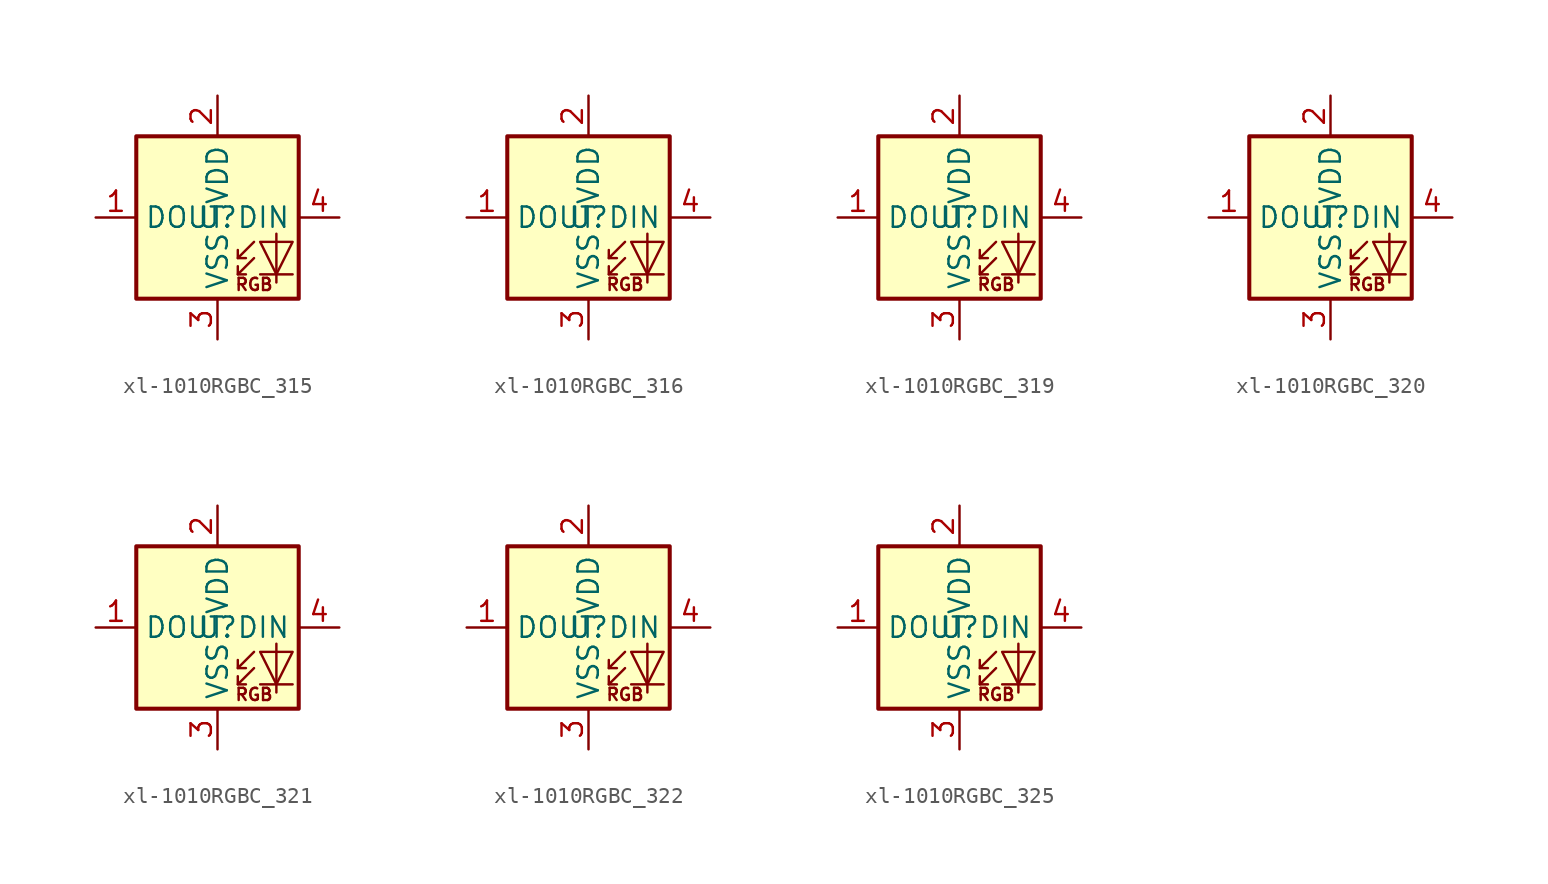
<source format=kicad_sym>
(kicad_symbol_lib
  (version 20231120)
  (generator "kicad_symbol_editor")
  (generator_version "8.0")
  (symbol "xl-1010RGBC_315"
    (property "Reference" "U"
      (at 0 0 0)
      (effects (font (size 1.27 1.27))))
    (property "Value" ""
      (at 0 0 0)
      (effects (font (size 1.27 1.27))))
    (symbol "xl-1010RGBC_315_0_0"
      (text "RGB" (at 2.286 -4.191 0) (effects (font (size 0.762 0.762)))))
    (symbol "xl-1010RGBC_315_0_1"
      (polyline (pts (xy 1.27 -3.556) (xy 1.778 -3.556)) (stroke (width 0) (type default)) (fill (type none)))
      (polyline (pts (xy 1.27 -2.54) (xy 1.778 -2.54)) (stroke (width 0) (type default)) (fill (type none)))
      (polyline (pts (xy 4.699 -3.556) (xy 2.667 -3.556)) (stroke (width 0) (type default)) (fill (type none)))
      (polyline (pts (xy 2.286 -2.54) (xy 1.27 -3.556) (xy 1.27 -3.048)) (stroke (width 0) (type default)) (fill (type none)))
      (polyline (pts (xy 2.286 -1.524) (xy 1.27 -2.54) (xy 1.27 -2.032)) (stroke (width 0) (type default)) (fill (type none)))
      (polyline (pts (xy 3.683 -1.016) (xy 3.683 -3.556) (xy 3.683 -4.064)) (stroke (width 0) (type default)) (fill (type none)))
      (polyline (pts (xy 4.699 -1.524) (xy 2.667 -1.524) (xy 3.683 -3.556) (xy 4.699 -1.524)) (stroke (width 0) (type default)) (fill (type none)))
      (rectangle (start 5.08 5.08) (end -5.08 -5.08) (stroke (width 0.254) (type default)) (fill (type background))))
    (symbol "xl-1010RGBC_315_1_1"
      (pin output line (at -7.62 0 0) (length 2.54) (name "DOUT" (effects (font (size 1.27 1.27)))) (number "1" (effects (font (size 1.27 1.27)))))
      (pin power_in line (at 0 7.62 270) (length 2.54) (name "VDD" (effects (font (size 1.27 1.27)))) (number "2" (effects (font (size 1.27 1.27)))))
      (pin power_in line (at 0 -7.62 90) (length 2.54) (name "VSS" (effects (font (size 1.27 1.27)))) (number "3" (effects (font (size 1.27 1.27)))))
      (pin input line (at 7.62 0 180) (length 2.54) (name "DIN" (effects (font (size 1.27 1.27)))) (number "4" (effects (font (size 1.27 1.27)))))))
  (symbol "xl-1010RGBC_316"
    (property "Reference" "U"
      (at 0 0 0)
      (effects (font (size 1.27 1.27))))
    (property "Value" ""
      (at 0 0 0)
      (effects (font (size 1.27 1.27))))
    (symbol "xl-1010RGBC_316_0_0"
      (text "RGB" (at 2.286 -4.191 0) (effects (font (size 0.762 0.762)))))
    (symbol "xl-1010RGBC_316_0_1"
      (polyline (pts (xy 1.27 -3.556) (xy 1.778 -3.556)) (stroke (width 0) (type default)) (fill (type none)))
      (polyline (pts (xy 1.27 -2.54) (xy 1.778 -2.54)) (stroke (width 0) (type default)) (fill (type none)))
      (polyline (pts (xy 4.699 -3.556) (xy 2.667 -3.556)) (stroke (width 0) (type default)) (fill (type none)))
      (polyline (pts (xy 2.286 -2.54) (xy 1.27 -3.556) (xy 1.27 -3.048)) (stroke (width 0) (type default)) (fill (type none)))
      (polyline (pts (xy 2.286 -1.524) (xy 1.27 -2.54) (xy 1.27 -2.032)) (stroke (width 0) (type default)) (fill (type none)))
      (polyline (pts (xy 3.683 -1.016) (xy 3.683 -3.556) (xy 3.683 -4.064)) (stroke (width 0) (type default)) (fill (type none)))
      (polyline (pts (xy 4.699 -1.524) (xy 2.667 -1.524) (xy 3.683 -3.556) (xy 4.699 -1.524)) (stroke (width 0) (type default)) (fill (type none)))
      (rectangle (start 5.08 5.08) (end -5.08 -5.08) (stroke (width 0.254) (type default)) (fill (type background))))
    (symbol "xl-1010RGBC_316_1_1"
      (pin output line (at -7.62 0 0) (length 2.54) (name "DOUT" (effects (font (size 1.27 1.27)))) (number "1" (effects (font (size 1.27 1.27)))))
      (pin power_in line (at 0 7.62 270) (length 2.54) (name "VDD" (effects (font (size 1.27 1.27)))) (number "2" (effects (font (size 1.27 1.27)))))
      (pin power_in line (at 0 -7.62 90) (length 2.54) (name "VSS" (effects (font (size 1.27 1.27)))) (number "3" (effects (font (size 1.27 1.27)))))
      (pin input line (at 7.62 0 180) (length 2.54) (name "DIN" (effects (font (size 1.27 1.27)))) (number "4" (effects (font (size 1.27 1.27)))))))
  (symbol "xl-1010RGBC_319"
    (property "Reference" "U"
      (at 0 0 0)
      (effects (font (size 1.27 1.27))))
    (property "Value" ""
      (at 0 0 0)
      (effects (font (size 1.27 1.27))))
    (symbol "xl-1010RGBC_319_0_0"
      (text "RGB" (at 2.286 -4.191 0) (effects (font (size 0.762 0.762)))))
    (symbol "xl-1010RGBC_319_0_1"
      (polyline (pts (xy 1.27 -3.556) (xy 1.778 -3.556)) (stroke (width 0) (type default)) (fill (type none)))
      (polyline (pts (xy 1.27 -2.54) (xy 1.778 -2.54)) (stroke (width 0) (type default)) (fill (type none)))
      (polyline (pts (xy 4.699 -3.556) (xy 2.667 -3.556)) (stroke (width 0) (type default)) (fill (type none)))
      (polyline (pts (xy 2.286 -2.54) (xy 1.27 -3.556) (xy 1.27 -3.048)) (stroke (width 0) (type default)) (fill (type none)))
      (polyline (pts (xy 2.286 -1.524) (xy 1.27 -2.54) (xy 1.27 -2.032)) (stroke (width 0) (type default)) (fill (type none)))
      (polyline (pts (xy 3.683 -1.016) (xy 3.683 -3.556) (xy 3.683 -4.064)) (stroke (width 0) (type default)) (fill (type none)))
      (polyline (pts (xy 4.699 -1.524) (xy 2.667 -1.524) (xy 3.683 -3.556) (xy 4.699 -1.524)) (stroke (width 0) (type default)) (fill (type none)))
      (rectangle (start 5.08 5.08) (end -5.08 -5.08) (stroke (width 0.254) (type default)) (fill (type background))))
    (symbol "xl-1010RGBC_319_1_1"
      (pin output line (at -7.62 0 0) (length 2.54) (name "DOUT" (effects (font (size 1.27 1.27)))) (number "1" (effects (font (size 1.27 1.27)))))
      (pin power_in line (at 0 7.62 270) (length 2.54) (name "VDD" (effects (font (size 1.27 1.27)))) (number "2" (effects (font (size 1.27 1.27)))))
      (pin power_in line (at 0 -7.62 90) (length 2.54) (name "VSS" (effects (font (size 1.27 1.27)))) (number "3" (effects (font (size 1.27 1.27)))))
      (pin input line (at 7.62 0 180) (length 2.54) (name "DIN" (effects (font (size 1.27 1.27)))) (number "4" (effects (font (size 1.27 1.27)))))))
  (symbol "xl-1010RGBC_320"
    (property "Reference" "U"
      (at 0 0 0)
      (effects (font (size 1.27 1.27))))
    (property "Value" ""
      (at 0 0 0)
      (effects (font (size 1.27 1.27))))
    (symbol "xl-1010RGBC_320_0_0"
      (text "RGB" (at 2.286 -4.191 0) (effects (font (size 0.762 0.762)))))
    (symbol "xl-1010RGBC_320_0_1"
      (polyline (pts (xy 1.27 -3.556) (xy 1.778 -3.556)) (stroke (width 0) (type default)) (fill (type none)))
      (polyline (pts (xy 1.27 -2.54) (xy 1.778 -2.54)) (stroke (width 0) (type default)) (fill (type none)))
      (polyline (pts (xy 4.699 -3.556) (xy 2.667 -3.556)) (stroke (width 0) (type default)) (fill (type none)))
      (polyline (pts (xy 2.286 -2.54) (xy 1.27 -3.556) (xy 1.27 -3.048)) (stroke (width 0) (type default)) (fill (type none)))
      (polyline (pts (xy 2.286 -1.524) (xy 1.27 -2.54) (xy 1.27 -2.032)) (stroke (width 0) (type default)) (fill (type none)))
      (polyline (pts (xy 3.683 -1.016) (xy 3.683 -3.556) (xy 3.683 -4.064)) (stroke (width 0) (type default)) (fill (type none)))
      (polyline (pts (xy 4.699 -1.524) (xy 2.667 -1.524) (xy 3.683 -3.556) (xy 4.699 -1.524)) (stroke (width 0) (type default)) (fill (type none)))
      (rectangle (start 5.08 5.08) (end -5.08 -5.08) (stroke (width 0.254) (type default)) (fill (type background))))
    (symbol "xl-1010RGBC_320_1_1"
      (pin output line (at -7.62 0 0) (length 2.54) (name "DOUT" (effects (font (size 1.27 1.27)))) (number "1" (effects (font (size 1.27 1.27)))))
      (pin power_in line (at 0 7.62 270) (length 2.54) (name "VDD" (effects (font (size 1.27 1.27)))) (number "2" (effects (font (size 1.27 1.27)))))
      (pin power_in line (at 0 -7.62 90) (length 2.54) (name "VSS" (effects (font (size 1.27 1.27)))) (number "3" (effects (font (size 1.27 1.27)))))
      (pin input line (at 7.62 0 180) (length 2.54) (name "DIN" (effects (font (size 1.27 1.27)))) (number "4" (effects (font (size 1.27 1.27)))))))
  (symbol "xl-1010RGBC_321"
    (property "Reference" "U"
      (at 0 0 0)
      (effects (font (size 1.27 1.27))))
    (property "Value" ""
      (at 0 0 0)
      (effects (font (size 1.27 1.27))))
    (symbol "xl-1010RGBC_321_0_0"
      (text "RGB" (at 2.286 -4.191 0) (effects (font (size 0.762 0.762)))))
    (symbol "xl-1010RGBC_321_0_1"
      (polyline (pts (xy 1.27 -3.556) (xy 1.778 -3.556)) (stroke (width 0) (type default)) (fill (type none)))
      (polyline (pts (xy 1.27 -2.54) (xy 1.778 -2.54)) (stroke (width 0) (type default)) (fill (type none)))
      (polyline (pts (xy 4.699 -3.556) (xy 2.667 -3.556)) (stroke (width 0) (type default)) (fill (type none)))
      (polyline (pts (xy 2.286 -2.54) (xy 1.27 -3.556) (xy 1.27 -3.048)) (stroke (width 0) (type default)) (fill (type none)))
      (polyline (pts (xy 2.286 -1.524) (xy 1.27 -2.54) (xy 1.27 -2.032)) (stroke (width 0) (type default)) (fill (type none)))
      (polyline (pts (xy 3.683 -1.016) (xy 3.683 -3.556) (xy 3.683 -4.064)) (stroke (width 0) (type default)) (fill (type none)))
      (polyline (pts (xy 4.699 -1.524) (xy 2.667 -1.524) (xy 3.683 -3.556) (xy 4.699 -1.524)) (stroke (width 0) (type default)) (fill (type none)))
      (rectangle (start 5.08 5.08) (end -5.08 -5.08) (stroke (width 0.254) (type default)) (fill (type background))))
    (symbol "xl-1010RGBC_321_1_1"
      (pin output line (at -7.62 0 0) (length 2.54) (name "DOUT" (effects (font (size 1.27 1.27)))) (number "1" (effects (font (size 1.27 1.27)))))
      (pin power_in line (at 0 7.62 270) (length 2.54) (name "VDD" (effects (font (size 1.27 1.27)))) (number "2" (effects (font (size 1.27 1.27)))))
      (pin power_in line (at 0 -7.62 90) (length 2.54) (name "VSS" (effects (font (size 1.27 1.27)))) (number "3" (effects (font (size 1.27 1.27)))))
      (pin input line (at 7.62 0 180) (length 2.54) (name "DIN" (effects (font (size 1.27 1.27)))) (number "4" (effects (font (size 1.27 1.27)))))))
  (symbol "xl-1010RGBC_322"
    (property "Reference" "U"
      (at 0 0 0)
      (effects (font (size 1.27 1.27))))
    (property "Value" ""
      (at 0 0 0)
      (effects (font (size 1.27 1.27))))
    (symbol "xl-1010RGBC_322_0_0"
      (text "RGB" (at 2.286 -4.191 0) (effects (font (size 0.762 0.762)))))
    (symbol "xl-1010RGBC_322_0_1"
      (polyline (pts (xy 1.27 -3.556) (xy 1.778 -3.556)) (stroke (width 0) (type default)) (fill (type none)))
      (polyline (pts (xy 1.27 -2.54) (xy 1.778 -2.54)) (stroke (width 0) (type default)) (fill (type none)))
      (polyline (pts (xy 4.699 -3.556) (xy 2.667 -3.556)) (stroke (width 0) (type default)) (fill (type none)))
      (polyline (pts (xy 2.286 -2.54) (xy 1.27 -3.556) (xy 1.27 -3.048)) (stroke (width 0) (type default)) (fill (type none)))
      (polyline (pts (xy 2.286 -1.524) (xy 1.27 -2.54) (xy 1.27 -2.032)) (stroke (width 0) (type default)) (fill (type none)))
      (polyline (pts (xy 3.683 -1.016) (xy 3.683 -3.556) (xy 3.683 -4.064)) (stroke (width 0) (type default)) (fill (type none)))
      (polyline (pts (xy 4.699 -1.524) (xy 2.667 -1.524) (xy 3.683 -3.556) (xy 4.699 -1.524)) (stroke (width 0) (type default)) (fill (type none)))
      (rectangle (start 5.08 5.08) (end -5.08 -5.08) (stroke (width 0.254) (type default)) (fill (type background))))
    (symbol "xl-1010RGBC_322_1_1"
      (pin output line (at -7.62 0 0) (length 2.54) (name "DOUT" (effects (font (size 1.27 1.27)))) (number "1" (effects (font (size 1.27 1.27)))))
      (pin power_in line (at 0 7.62 270) (length 2.54) (name "VDD" (effects (font (size 1.27 1.27)))) (number "2" (effects (font (size 1.27 1.27)))))
      (pin power_in line (at 0 -7.62 90) (length 2.54) (name "VSS" (effects (font (size 1.27 1.27)))) (number "3" (effects (font (size 1.27 1.27)))))
      (pin input line (at 7.62 0 180) (length 2.54) (name "DIN" (effects (font (size 1.27 1.27)))) (number "4" (effects (font (size 1.27 1.27)))))))
  (symbol "xl-1010RGBC_325"
    (property "Reference" "U"
      (at 0 0 0)
      (effects (font (size 1.27 1.27))))
    (property "Value" ""
      (at 0 0 0)
      (effects (font (size 1.27 1.27))))
    (symbol "xl-1010RGBC_325_0_0"
      (text "RGB" (at 2.286 -4.191 0) (effects (font (size 0.762 0.762)))))
    (symbol "xl-1010RGBC_325_0_1"
      (polyline (pts (xy 1.27 -3.556) (xy 1.778 -3.556)) (stroke (width 0) (type default)) (fill (type none)))
      (polyline (pts (xy 1.27 -2.54) (xy 1.778 -2.54)) (stroke (width 0) (type default)) (fill (type none)))
      (polyline (pts (xy 4.699 -3.556) (xy 2.667 -3.556)) (stroke (width 0) (type default)) (fill (type none)))
      (polyline (pts (xy 2.286 -2.54) (xy 1.27 -3.556) (xy 1.27 -3.048)) (stroke (width 0) (type default)) (fill (type none)))
      (polyline (pts (xy 2.286 -1.524) (xy 1.27 -2.54) (xy 1.27 -2.032)) (stroke (width 0) (type default)) (fill (type none)))
      (polyline (pts (xy 3.683 -1.016) (xy 3.683 -3.556) (xy 3.683 -4.064)) (stroke (width 0) (type default)) (fill (type none)))
      (polyline (pts (xy 4.699 -1.524) (xy 2.667 -1.524) (xy 3.683 -3.556) (xy 4.699 -1.524)) (stroke (width 0) (type default)) (fill (type none)))
      (rectangle (start 5.08 5.08) (end -5.08 -5.08) (stroke (width 0.254) (type default)) (fill (type background))))
    (symbol "xl-1010RGBC_325_1_1"
      (pin output line (at -7.62 0 0) (length 2.54) (name "DOUT" (effects (font (size 1.27 1.27)))) (number "1" (effects (font (size 1.27 1.27)))))
      (pin power_in line (at 0 7.62 270) (length 2.54) (name "VDD" (effects (font (size 1.27 1.27)))) (number "2" (effects (font (size 1.27 1.27)))))
      (pin power_in line (at 0 -7.62 90) (length 2.54) (name "VSS" (effects (font (size 1.27 1.27)))) (number "3" (effects (font (size 1.27 1.27)))))
      (pin input line (at 7.62 0 180) (length 2.54) (name "DIN" (effects (font (size 1.27 1.27)))) (number "4" (effects (font (size 1.27 1.27))))))))
</source>
